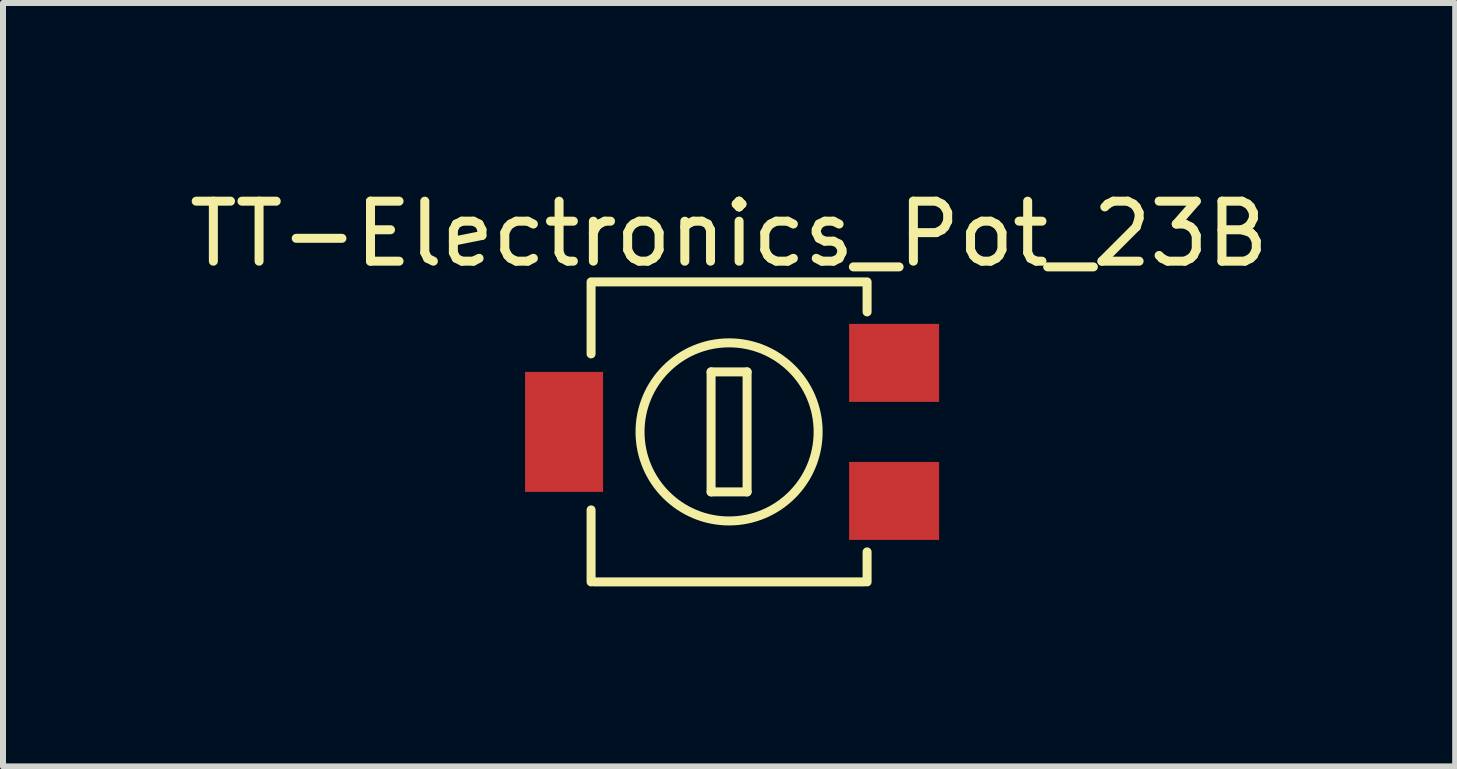
<source format=kicad_pcb>
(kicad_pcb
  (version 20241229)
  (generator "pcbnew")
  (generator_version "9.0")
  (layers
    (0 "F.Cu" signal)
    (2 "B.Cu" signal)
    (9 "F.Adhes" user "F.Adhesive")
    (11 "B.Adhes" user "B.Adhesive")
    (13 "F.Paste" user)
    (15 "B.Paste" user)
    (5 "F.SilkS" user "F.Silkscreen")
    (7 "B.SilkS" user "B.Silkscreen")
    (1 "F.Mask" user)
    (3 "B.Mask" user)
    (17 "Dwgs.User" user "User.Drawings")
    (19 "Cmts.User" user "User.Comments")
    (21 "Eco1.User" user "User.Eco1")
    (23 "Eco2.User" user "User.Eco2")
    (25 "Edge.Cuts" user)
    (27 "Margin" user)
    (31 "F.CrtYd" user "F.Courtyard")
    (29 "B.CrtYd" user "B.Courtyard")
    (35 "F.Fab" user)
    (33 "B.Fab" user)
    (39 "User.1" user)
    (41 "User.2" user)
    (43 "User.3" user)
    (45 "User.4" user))
  (footprint "TT-Electronics_Pot_23B"
    (layer "F.Cu")
    (at 9.101 4.148)
    (property "Reference" "TT-Electronics_Pot_23B" (at 0 -3.3 0) (layer "F.SilkS") (effects (font (size 1 1) (thickness 0.15))))
    (attr through_hole)
    (fp_line (start -2.3 -2.5) (end -2.3 -1.3) (stroke (width 0.15) (type solid)) (layer "F.SilkS"))
    (fp_line (start -2.3 2.5) (end -2.3 1.3) (stroke (width 0.15) (type solid)) (layer "F.SilkS"))
    (fp_line (start -2.25 -2.5) (end 2.25 -2.5) (stroke (width 0.15) (type solid)) (layer "F.SilkS"))
    (fp_line (start -2.25 2.5) (end 2.25 2.5) (stroke (width 0.15) (type solid)) (layer "F.SilkS"))
    (fp_line (start -0.3 -1) (end -0.3 1) (stroke (width 0.15) (type solid)) (layer "F.SilkS"))
    (fp_line (start 0.3 -1) (end -0.3 -1) (stroke (width 0.15) (type solid)) (layer "F.SilkS"))
    (fp_line (start 0.3 -1) (end 0.3 1) (stroke (width 0.15) (type solid)) (layer "F.SilkS"))
    (fp_line (start 0.3 1) (end -0.3 1) (stroke (width 0.15) (type solid)) (layer "F.SilkS"))
    (fp_line (start 2.3 -2.5) (end 2.3 -2) (stroke (width 0.15) (type solid)) (layer "F.SilkS"))
    (fp_line (start 2.3 2.5) (end 2.3 2) (stroke (width 0.15) (type solid)) (layer "F.SilkS"))
    (fp_circle (center 0 0) (end -1.25 -0.8) (stroke (width 0.15) (type solid)) (fill no) (layer "F.SilkS"))
    (pad "1" smd rect (at 2.75 -1.15) (size 1.5 1.3) (layers "F.Cu" "F.Mask" "F.Paste"))
    (pad "2" smd rect (at -2.75 0) (size 1.3 2) (layers "F.Cu" "F.Mask" "F.Paste"))
    (pad "3" smd rect (at 2.75 1.15) (size 1.5 1.3) (layers "F.Cu" "F.Mask" "F.Paste")))
  (gr_rect
    (start -3 -3)
    (end 21.202 9.723)
    (stroke (width 0.1) (type default))
    (fill no)
    (layer "Edge.Cuts")))
</source>
